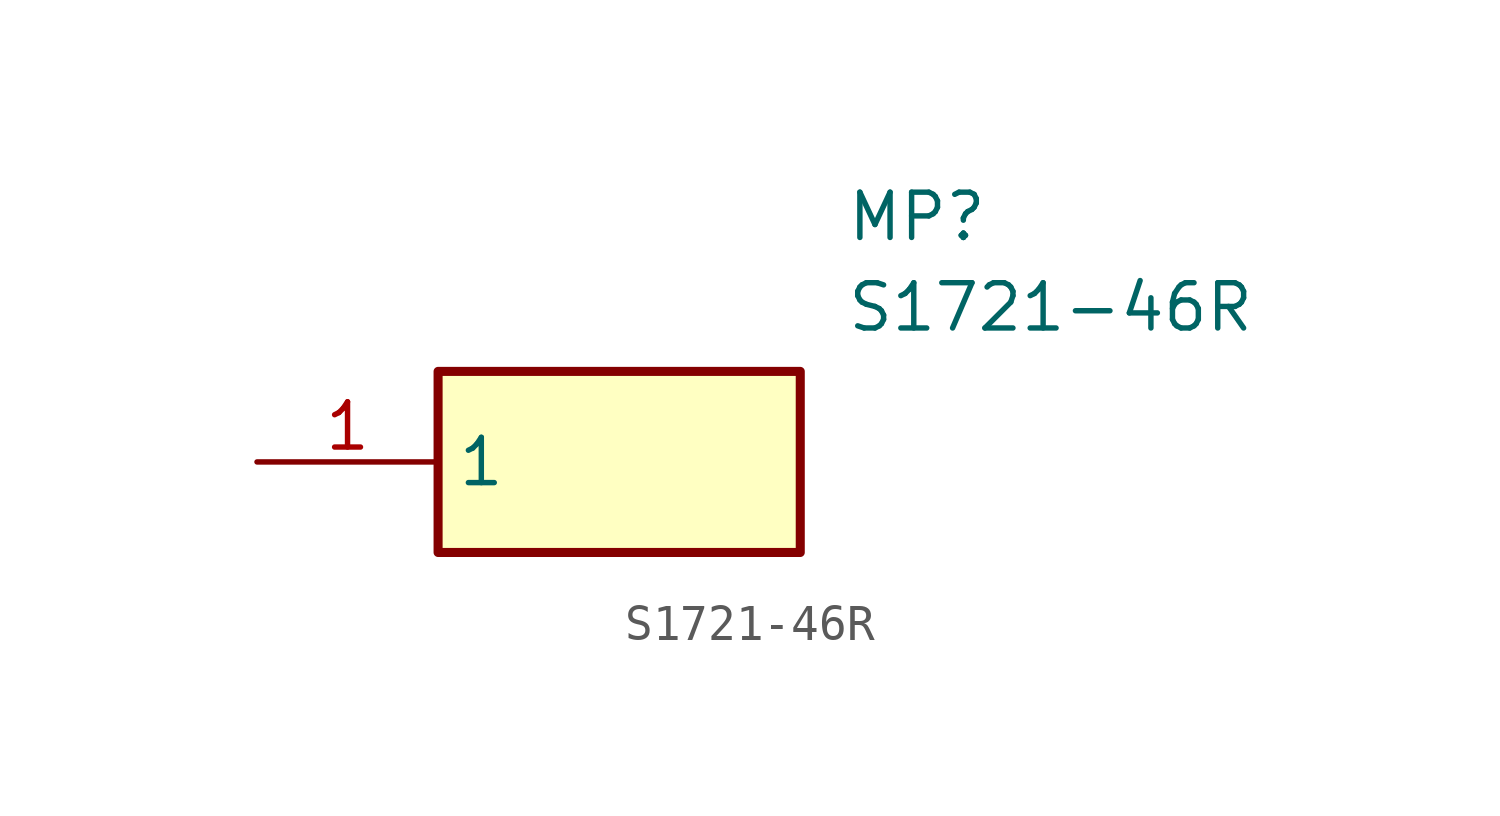
<source format=kicad_sym>
(kicad_symbol_lib
  (version 20211014)
  (generator SamacSys_ECAD_Model)
  (symbol "S1721-46R"
    (property "Reference" "MP"
      (at 16.51 7.62 0)
      (effects (font (size 1.27 1.27)) (justify left top)))
    (property "Value" "S1721-46R"
      (at 16.51 5.08 0)
      (effects (font (size 1.27 1.27)) (justify left top)))
    (rectangle
      (start 5.08 2.54)
      (end 15.24 -2.54)
      (stroke (width 0.254) (type default))
      (fill (type background)))
    (pin passive line
      (at 0 0 0)
      (length 5.08)
      (name "1" (effects (font (size 1.27 1.27))))
      (number "1" (effects (font (size 1.27 1.27)))))))
</source>
